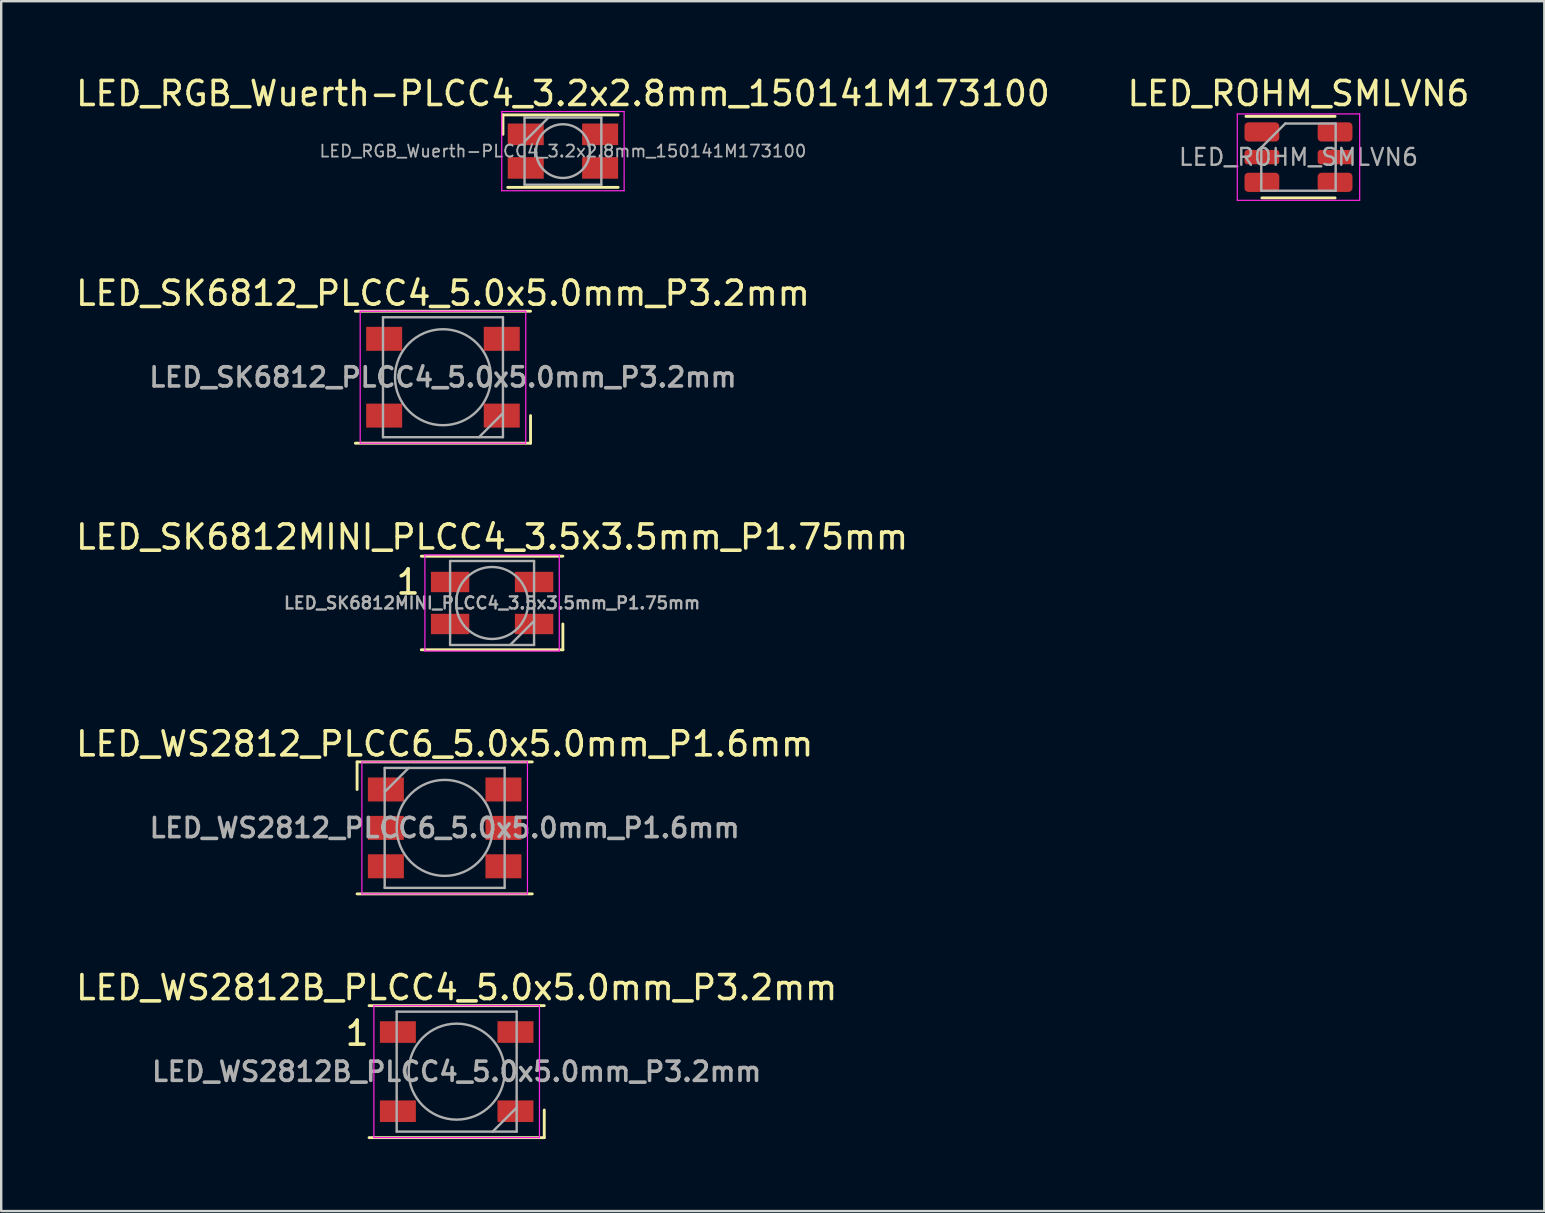
<source format=kicad_pcb>
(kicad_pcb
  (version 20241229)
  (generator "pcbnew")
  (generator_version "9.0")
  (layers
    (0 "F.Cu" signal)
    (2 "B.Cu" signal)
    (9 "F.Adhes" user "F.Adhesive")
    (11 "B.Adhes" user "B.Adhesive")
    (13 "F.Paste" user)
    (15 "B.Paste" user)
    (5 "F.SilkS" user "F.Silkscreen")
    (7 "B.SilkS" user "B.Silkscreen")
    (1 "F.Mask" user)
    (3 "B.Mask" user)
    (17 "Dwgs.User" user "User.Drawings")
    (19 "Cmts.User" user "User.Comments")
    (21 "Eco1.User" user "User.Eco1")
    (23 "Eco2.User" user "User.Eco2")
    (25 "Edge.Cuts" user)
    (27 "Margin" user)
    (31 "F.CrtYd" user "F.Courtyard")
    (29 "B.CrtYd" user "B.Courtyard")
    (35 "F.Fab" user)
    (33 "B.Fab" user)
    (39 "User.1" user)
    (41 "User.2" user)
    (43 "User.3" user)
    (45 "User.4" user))
  (footprint "LED_RGB_Wuerth-PLCC4_3.2x2.8mm_150141M173100"
    (layer "F.Cu")
    (at 20.411 3.248)
    (property "Reference" "LED_RGB_Wuerth-PLCC4_3.2x2.8mm_150141M173100" (at 0 -2.4 0) (layer "F.SilkS") (effects (font (size 1 1) (thickness 0.15))))
    (attr smd)
    (fp_line (start -2.5 -1.51) (end 2.3 -1.51) (stroke (width 0.12) (type solid)) (layer "F.SilkS"))
    (fp_line (start -2.5 -0.7) (end -2.5 -1.51) (stroke (width 0.12) (type solid)) (layer "F.SilkS"))
    (fp_line (start -2.3 1.51) (end 2.3 1.51) (stroke (width 0.12) (type solid)) (layer "F.SilkS"))
    (fp_line (start -2.55 -1.65) (end -2.55 1.65) (stroke (width 0.05) (type solid)) (layer "F.CrtYd"))
    (fp_line (start -2.55 1.65) (end 2.55 1.65) (stroke (width 0.05) (type solid)) (layer "F.CrtYd"))
    (fp_line (start 2.55 -1.65) (end -2.55 -1.65) (stroke (width 0.05) (type solid)) (layer "F.CrtYd"))
    (fp_line (start 2.55 1.65) (end 2.55 -1.65) (stroke (width 0.05) (type solid)) (layer "F.CrtYd"))
    (fp_line (start -1.6 -1.4) (end -1.6 1.4) (stroke (width 0.1) (type solid)) (layer "F.Fab"))
    (fp_line (start -1.6 1.4) (end 1.6 1.4) (stroke (width 0.1) (type solid)) (layer "F.Fab"))
    (fp_line (start -0.6 -1.4) (end -1.6 -0.4) (stroke (width 0.1) (type solid)) (layer "F.Fab"))
    (fp_line (start 1.6 -1.4) (end -1.6 -1.4) (stroke (width 0.1) (type solid)) (layer "F.Fab"))
    (fp_line (start 1.6 1.4) (end 1.6 -1.4) (stroke (width 0.1) (type solid)) (layer "F.Fab"))
    (fp_circle (center 0 0) (end 1.12 0) (stroke (width 0.1) (type solid)) (fill no) (layer "F.Fab"))
    (fp_text user "${REFERENCE}" (at 0 0 0) (layer "F.Fab") (effects (font (size 0.5 0.5) (thickness 0.075))))
    (pad "1" smd rect (at 1.55 -0.7) (size 1.5 0.9) (layers "F.Cu" "F.Mask" "F.Paste"))
    (pad "2" smd rect (at 1.55 0.7) (size 1.5 0.9) (layers "F.Cu" "F.Mask" "F.Paste"))
    (pad "3" smd rect (at -1.55 -0.7) (size 1.5 0.9) (layers "F.Cu" "F.Mask" "F.Paste"))
    (pad "4" smd rect (at -1.55 0.7) (size 1.5 0.9) (layers "F.Cu" "F.Mask" "F.Paste")))
  (footprint "LED_WS2812_PLCC6_5.0x5.0mm_P1.6mm"
    (layer "F.Cu")
    (at 15.482 31.453)
    (property "Reference" "LED_WS2812_PLCC6_5.0x5.0mm_P1.6mm" (at 0 -3.5 0) (layer "F.SilkS") (effects (font (size 1 1) (thickness 0.15))))
    (attr smd)
    (fp_line (start -3.65 -2.75) (end 3.65 -2.75) (stroke (width 0.12) (type solid)) (layer "F.SilkS"))
    (fp_line (start -3.65 -1.6) (end -3.65 -2.75) (stroke (width 0.12) (type solid)) (layer "F.SilkS"))
    (fp_line (start -3.65 2.75) (end 3.65 2.75) (stroke (width 0.12) (type solid)) (layer "F.SilkS"))
    (fp_line (start -3.45 -2.75) (end -3.45 2.75) (stroke (width 0.05) (type solid)) (layer "F.CrtYd"))
    (fp_line (start -3.45 2.75) (end 3.45 2.75) (stroke (width 0.05) (type solid)) (layer "F.CrtYd"))
    (fp_line (start 3.45 -2.75) (end -3.45 -2.75) (stroke (width 0.05) (type solid)) (layer "F.CrtYd"))
    (fp_line (start 3.45 2.75) (end 3.45 -2.75) (stroke (width 0.05) (type solid)) (layer "F.CrtYd"))
    (fp_line (start -2.5 -2.5) (end 2.5 -2.5) (stroke (width 0.1) (type solid)) (layer "F.Fab"))
    (fp_line (start -2.5 -1.5) (end -1.5 -2.5) (stroke (width 0.1) (type solid)) (layer "F.Fab"))
    (fp_line (start -2.5 2.5) (end -2.5 -2.5) (stroke (width 0.1) (type solid)) (layer "F.Fab"))
    (fp_line (start 2.5 -2.5) (end 2.5 2.5) (stroke (width 0.1) (type solid)) (layer "F.Fab"))
    (fp_line (start 2.5 2.5) (end -2.5 2.5) (stroke (width 0.1) (type solid)) (layer "F.Fab"))
    (fp_circle (center 0 0) (end 0 -2) (stroke (width 0.1) (type solid)) (fill no) (layer "F.Fab"))
    (fp_text user "${REFERENCE}" (at 0 0 0) (layer "F.Fab") (effects (font (size 0.8 0.8) (thickness 0.15))))
    (pad "1" smd rect (at -2.45 -1.6) (size 1.5 1) (layers "F.Cu" "F.Mask" "F.Paste"))
    (pad "2" smd rect (at -2.45 0) (size 1.5 1) (layers "F.Cu" "F.Mask" "F.Paste"))
    (pad "3" smd rect (at -2.45 1.6) (size 1.5 1) (layers "F.Cu" "F.Mask" "F.Paste"))
    (pad "4" smd rect (at 2.45 1.6) (size 1.5 1) (layers "F.Cu" "F.Mask" "F.Paste"))
    (pad "5" smd rect (at 2.45 0) (size 1.5 1) (layers "F.Cu" "F.Mask" "F.Paste"))
    (pad "6" smd rect (at 2.45 -1.6) (size 1.5 1) (layers "F.Cu" "F.Mask" "F.Paste")))
  (footprint "LED_WS2812B_PLCC4_5.0x5.0mm_P3.2mm"
    (layer "F.Cu")
    (at 15.982 41.611)
    (property "Reference" "LED_WS2812B_PLCC4_5.0x5.0mm_P3.2mm" (at 0 -3.5 0) (layer "F.SilkS") (effects (font (size 1 1) (thickness 0.15))))
    (attr smd)
    (fp_line (start -3.65 -2.75) (end 3.65 -2.75) (stroke (width 0.12) (type solid)) (layer "F.SilkS"))
    (fp_line (start -3.65 2.75) (end 3.65 2.75) (stroke (width 0.12) (type solid)) (layer "F.SilkS"))
    (fp_line (start 3.65 2.75) (end 3.65 1.6) (stroke (width 0.12) (type solid)) (layer "F.SilkS"))
    (fp_line (start -3.45 -2.75) (end -3.45 2.75) (stroke (width 0.05) (type solid)) (layer "F.CrtYd"))
    (fp_line (start -3.45 2.75) (end 3.45 2.75) (stroke (width 0.05) (type solid)) (layer "F.CrtYd"))
    (fp_line (start 3.45 -2.75) (end -3.45 -2.75) (stroke (width 0.05) (type solid)) (layer "F.CrtYd"))
    (fp_line (start 3.45 2.75) (end 3.45 -2.75) (stroke (width 0.05) (type solid)) (layer "F.CrtYd"))
    (fp_line (start -2.5 -2.5) (end -2.5 2.5) (stroke (width 0.1) (type solid)) (layer "F.Fab"))
    (fp_line (start -2.5 2.5) (end 2.5 2.5) (stroke (width 0.1) (type solid)) (layer "F.Fab"))
    (fp_line (start 2.5 -2.5) (end -2.5 -2.5) (stroke (width 0.1) (type solid)) (layer "F.Fab"))
    (fp_line (start 2.5 1.5) (end 1.5 2.5) (stroke (width 0.1) (type solid)) (layer "F.Fab"))
    (fp_line (start 2.5 2.5) (end 2.5 -2.5) (stroke (width 0.1) (type solid)) (layer "F.Fab"))
    (fp_circle (center 0 0) (end 0 -2) (stroke (width 0.1) (type solid)) (fill no) (layer "F.Fab"))
    (fp_text user "1" (at -4.15 -1.6 0) (layer "F.SilkS") (effects (font (size 1 1) (thickness 0.15))))
    (fp_text user "${REFERENCE}" (at 0 0 0) (layer "F.Fab") (effects (font (size 0.8 0.8) (thickness 0.15))))
    (pad "1" smd rect (at -2.45 -1.65) (size 1.5 0.9) (layers "F.Cu" "F.Mask" "F.Paste"))
    (pad "2" smd rect (at -2.45 1.65) (size 1.5 0.9) (layers "F.Cu" "F.Mask" "F.Paste"))
    (pad "3" smd rect (at 2.45 1.65) (size 1.5 0.9) (layers "F.Cu" "F.Mask" "F.Paste"))
    (pad "4" smd rect (at 2.45 -1.65) (size 1.5 0.9) (layers "F.Cu" "F.Mask" "F.Paste")))
  (footprint "LED_ROHM_SMLVN6"
    (layer "F.Cu")
    (at 51.065 3.498)
    (property "Reference" "LED_ROHM_SMLVN6" (at 0 -2.65 0) (layer "F.SilkS") (effects (font (size 1 1) (thickness 0.15))))
    (attr smd)
    (fp_line (start -2.19 -1.7) (end 1.525 -1.7) (stroke (width 0.12) (type solid)) (layer "F.SilkS"))
    (fp_line (start -1.525 1.7) (end 1.525 1.7) (stroke (width 0.12) (type solid)) (layer "F.SilkS"))
    (fp_line (start -2.55 -1.8) (end -2.55 1.8) (stroke (width 0.05) (type solid)) (layer "F.CrtYd"))
    (fp_line (start -2.55 1.8) (end 2.55 1.8) (stroke (width 0.05) (type solid)) (layer "F.CrtYd"))
    (fp_line (start 2.55 -1.8) (end -2.55 -1.8) (stroke (width 0.05) (type solid)) (layer "F.CrtYd"))
    (fp_line (start 2.55 1.8) (end 2.55 -1.8) (stroke (width 0.05) (type solid)) (layer "F.CrtYd"))
    (fp_line (start -1.55 -0.4) (end -0.55 -1.4) (stroke (width 0.1) (type solid)) (layer "F.Fab"))
    (fp_line (start -1.55 1.4) (end -1.55 -0.4) (stroke (width 0.1) (type solid)) (layer "F.Fab"))
    (fp_line (start -0.55 -1.4) (end 1.55 -1.4) (stroke (width 0.1) (type solid)) (layer "F.Fab"))
    (fp_line (start 1.55 -1.4) (end 1.55 1.4) (stroke (width 0.1) (type solid)) (layer "F.Fab"))
    (fp_line (start 1.55 1.4) (end -1.55 1.4) (stroke (width 0.1) (type solid)) (layer "F.Fab"))
    (fp_text user "${REFERENCE}" (at 0 0 0) (layer "F.Fab") (effects (font (size 0.7 0.7) (thickness 0.1))))
    (pad "1" smd roundrect (at -1.525 -1.05) (size 1.45 0.8) (layers "F.Cu" "F.Mask" "F.Paste") (roundrect_rratio 0.2))
    (pad "2" smd roundrect (at -1.525 0) (size 1.45 0.6) (layers "F.Cu" "F.Mask" "F.Paste") (roundrect_rratio 0.2))
    (pad "3" smd roundrect (at -1.525 1.05) (size 1.45 0.8) (layers "F.Cu" "F.Mask" "F.Paste") (roundrect_rratio 0.2))
    (pad "4" smd roundrect (at 1.525 1.05) (size 1.45 0.8) (layers "F.Cu" "F.Mask" "F.Paste") (roundrect_rratio 0.2))
    (pad "5" smd roundrect (at 1.525 0) (size 1.45 0.6) (layers "F.Cu" "F.Mask" "F.Paste") (roundrect_rratio 0.2))
    (pad "6" smd roundrect (at 1.525 -1.05) (size 1.45 0.8) (layers "F.Cu" "F.Mask" "F.Paste") (roundrect_rratio 0.2)))
  (footprint "LED_SK6812_PLCC4_5.0x5.0mm_P3.2mm"
    (layer "F.Cu")
    (at 15.411 12.671)
    (property "Reference" "LED_SK6812_PLCC4_5.0x5.0mm_P3.2mm" (at 0 -3.5 0) (layer "F.SilkS") (effects (font (size 1 1) (thickness 0.15))))
    (attr smd)
    (fp_line (start -3.65 -2.75) (end 3.65 -2.75) (stroke (width 0.12) (type solid)) (layer "F.SilkS"))
    (fp_line (start -3.65 2.75) (end 3.65 2.75) (stroke (width 0.12) (type solid)) (layer "F.SilkS"))
    (fp_line (start 3.65 2.75) (end 3.65 1.6) (stroke (width 0.12) (type solid)) (layer "F.SilkS"))
    (fp_line (start -3.45 -2.75) (end -3.45 2.75) (stroke (width 0.05) (type solid)) (layer "F.CrtYd"))
    (fp_line (start -3.45 2.75) (end 3.45 2.75) (stroke (width 0.05) (type solid)) (layer "F.CrtYd"))
    (fp_line (start 3.45 -2.75) (end -3.45 -2.75) (stroke (width 0.05) (type solid)) (layer "F.CrtYd"))
    (fp_line (start 3.45 2.75) (end 3.45 -2.75) (stroke (width 0.05) (type solid)) (layer "F.CrtYd"))
    (fp_line (start -2.5 -2.5) (end -2.5 2.5) (stroke (width 0.1) (type solid)) (layer "F.Fab"))
    (fp_line (start -2.5 2.5) (end 2.5 2.5) (stroke (width 0.1) (type solid)) (layer "F.Fab"))
    (fp_line (start 2.5 -2.5) (end -2.5 -2.5) (stroke (width 0.1) (type solid)) (layer "F.Fab"))
    (fp_line (start 2.5 1.5) (end 1.5 2.5) (stroke (width 0.1) (type solid)) (layer "F.Fab"))
    (fp_line (start 2.5 2.5) (end 2.5 -2.5) (stroke (width 0.1) (type solid)) (layer "F.Fab"))
    (fp_circle (center 0 0) (end 0 -2) (stroke (width 0.1) (type solid)) (fill no) (layer "F.Fab"))
    (fp_text user "${REFERENCE}" (at 0 0 0) (layer "F.Fab") (effects (font (size 0.8 0.8) (thickness 0.15))))
    (pad "1" smd rect (at 2.45 1.6) (size 1.5 1) (layers "F.Cu" "F.Mask" "F.Paste"))
    (pad "2" smd rect (at 2.45 -1.6) (size 1.5 1) (layers "F.Cu" "F.Mask" "F.Paste"))
    (pad "3" smd rect (at -2.45 -1.6) (size 1.5 1) (layers "F.Cu" "F.Mask" "F.Paste"))
    (pad "4" smd rect (at -2.45 1.6) (size 1.5 1) (layers "F.Cu" "F.Mask" "F.Paste")))
  (footprint "LED_SK6812MINI_PLCC4_3.5x3.5mm_P1.75mm"
    (layer "F.Cu")
    (at 17.458 22.08)
    (property "Reference" "LED_SK6812MINI_PLCC4_3.5x3.5mm_P1.75mm" (at 0 -2.75 0) (layer "F.SilkS") (effects (font (size 1 1) (thickness 0.15))))
    (attr smd)
    (fp_line (start -2.95 -1.95) (end 2.95 -1.95) (stroke (width 0.12) (type solid)) (layer "F.SilkS"))
    (fp_line (start -2.95 1.95) (end 2.95 1.95) (stroke (width 0.12) (type solid)) (layer "F.SilkS"))
    (fp_line (start 2.95 1.95) (end 2.95 0.875) (stroke (width 0.12) (type solid)) (layer "F.SilkS"))
    (fp_line (start -2.8 -2) (end -2.8 2) (stroke (width 0.05) (type solid)) (layer "F.CrtYd"))
    (fp_line (start -2.8 2) (end 2.8 2) (stroke (width 0.05) (type solid)) (layer "F.CrtYd"))
    (fp_line (start 2.8 -2) (end -2.8 -2) (stroke (width 0.05) (type solid)) (layer "F.CrtYd"))
    (fp_line (start 2.8 2) (end 2.8 -2) (stroke (width 0.05) (type solid)) (layer "F.CrtYd"))
    (fp_line (start -1.75 -1.75) (end -1.75 1.75) (stroke (width 0.1) (type solid)) (layer "F.Fab"))
    (fp_line (start -1.75 1.75) (end 1.75 1.75) (stroke (width 0.1) (type solid)) (layer "F.Fab"))
    (fp_line (start 1.75 -1.75) (end -1.75 -1.75) (stroke (width 0.1) (type solid)) (layer "F.Fab"))
    (fp_line (start 1.75 0.75) (end 0.75 1.75) (stroke (width 0.1) (type solid)) (layer "F.Fab"))
    (fp_line (start 1.75 1.75) (end 1.75 -1.75) (stroke (width 0.1) (type solid)) (layer "F.Fab"))
    (fp_circle (center 0 0) (end 0 -1.5) (stroke (width 0.1) (type solid)) (fill no) (layer "F.Fab"))
    (fp_text user "1" (at -3.5 -0.875 0) (layer "F.SilkS") (effects (font (size 1 1) (thickness 0.15))))
    (fp_text user "${REFERENCE}" (at 0 0 0) (layer "F.Fab") (effects (font (size 0.5 0.5) (thickness 0.1))))
    (pad "1" smd rect (at -1.75 -0.875) (size 1.6 0.85) (layers "F.Cu" "F.Mask" "F.Paste"))
    (pad "2" smd rect (at -1.75 0.875) (size 1.6 0.85) (layers "F.Cu" "F.Mask" "F.Paste"))
    (pad "3" smd rect (at 1.75 0.875) (size 1.6 0.85) (layers "F.Cu" "F.Mask" "F.Paste"))
    (pad "4" smd rect (at 1.75 -0.875) (size 1.6 0.85) (layers "F.Cu" "F.Mask" "F.Paste")))
  (gr_rect
    (start -3 -3)
    (end 61.31 47.421)
    (stroke (width 0.1) (type default))
    (fill no)
    (layer "Edge.Cuts")))
</source>
